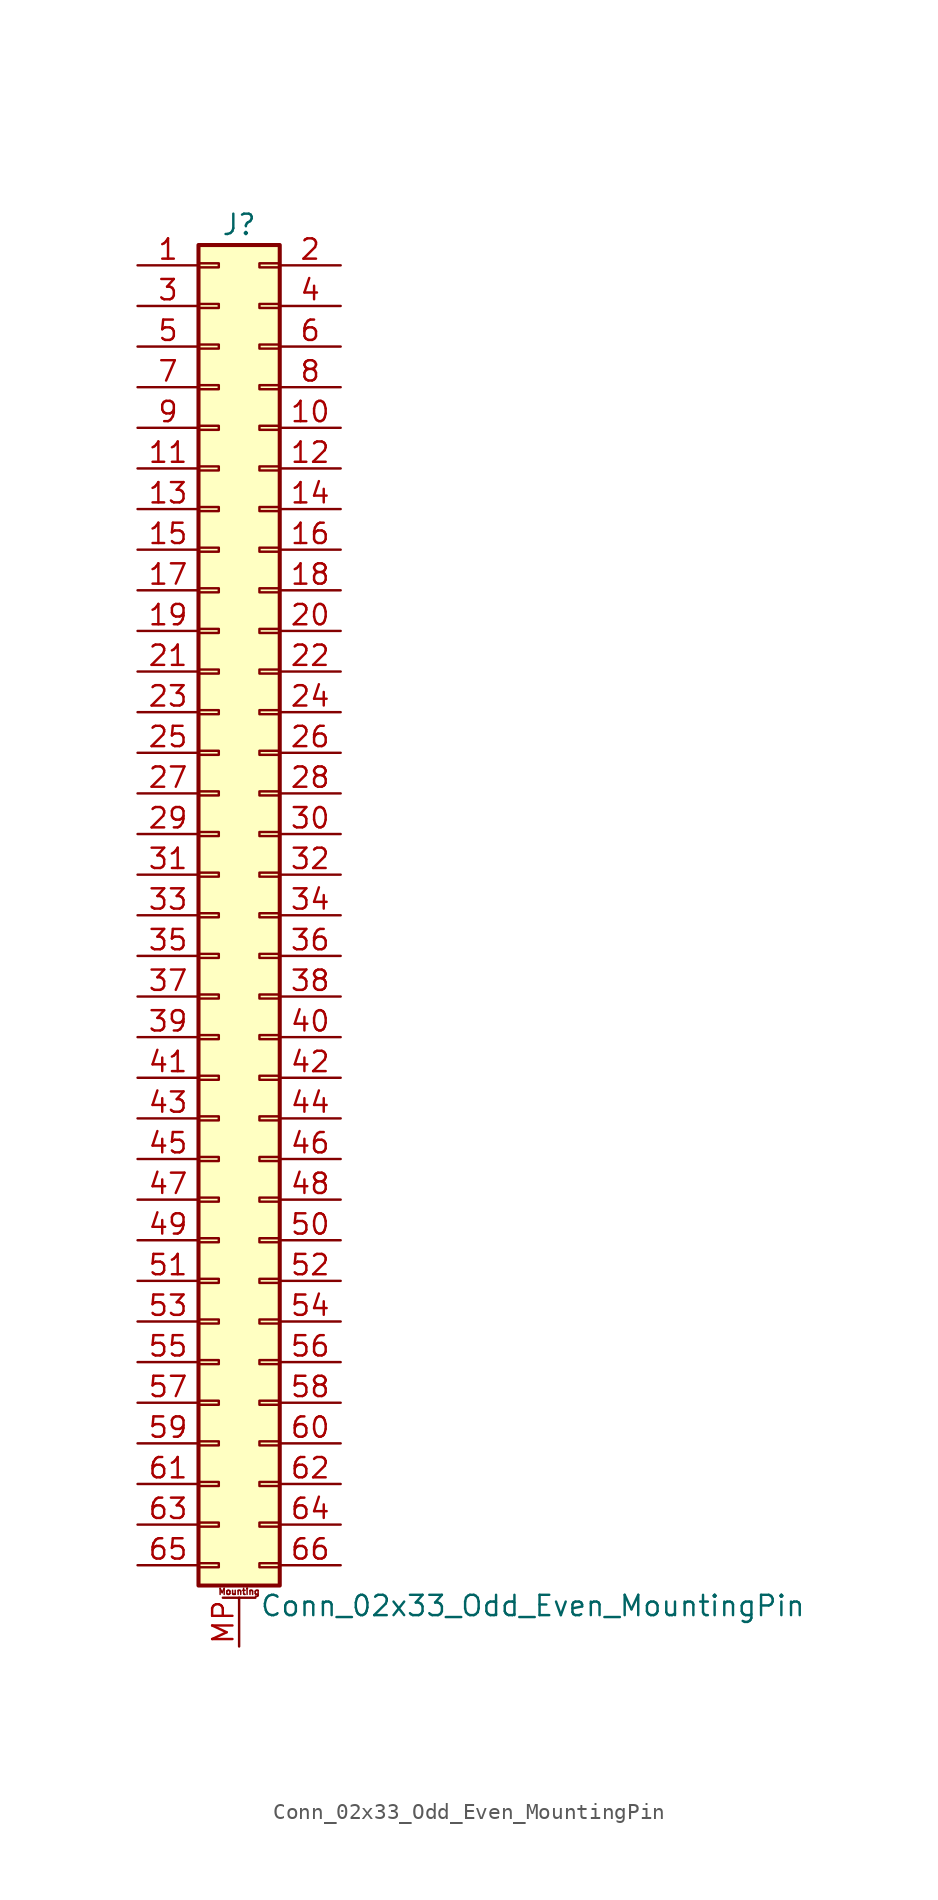
<source format=kicad_sym>
(kicad_symbol_lib
  (version 20201005)
  (generator kicad_symbol_editor)
  (symbol "Conn_02x33_Odd_Even_MountingPin"
    (pin_names
      (offset 1.016) hide)
    (property "Reference" "J"
      (at 1.27 43.18 0)
      (effects (font (size 1.27 1.27))))
    (property "Value" "Conn_02x33_Odd_Even_MountingPin"
      (at 2.54 -43.18 0)
      (effects (font (size 1.27 1.27)) (justify left)))
    (symbol "Conn_02x33_Odd_Even_MountingPin_1_1"
      (text "Mounting" (at 1.27 -42.291 0) (effects (font (size 0.381 0.381))))
      (rectangle (start -1.27 -40.513) (end 0 -40.767) (stroke (width 0.152)) (fill (type none)))
      (rectangle (start -1.27 -37.973) (end 0 -38.227) (stroke (width 0.152)) (fill (type none)))
      (rectangle (start -1.27 -35.433) (end 0 -35.687) (stroke (width 0.152)) (fill (type none)))
      (rectangle (start -1.27 -32.893) (end 0 -33.147) (stroke (width 0.152)) (fill (type none)))
      (rectangle (start -1.27 -30.353) (end 0 -30.607) (stroke (width 0.152)) (fill (type none)))
      (rectangle (start -1.27 -27.813) (end 0 -28.067) (stroke (width 0.152)) (fill (type none)))
      (rectangle (start -1.27 -25.273) (end 0 -25.527) (stroke (width 0.152)) (fill (type none)))
      (rectangle (start -1.27 -22.733) (end 0 -22.987) (stroke (width 0.152)) (fill (type none)))
      (rectangle (start -1.27 -20.193) (end 0 -20.447) (stroke (width 0.152)) (fill (type none)))
      (rectangle (start -1.27 -17.653) (end 0 -17.907) (stroke (width 0.152)) (fill (type none)))
      (rectangle (start -1.27 -15.113) (end 0 -15.367) (stroke (width 0.152)) (fill (type none)))
      (rectangle (start -1.27 -12.573) (end 0 -12.827) (stroke (width 0.152)) (fill (type none)))
      (rectangle (start -1.27 -10.033) (end 0 -10.287) (stroke (width 0.152)) (fill (type none)))
      (rectangle (start -1.27 -7.493) (end 0 -7.747) (stroke (width 0.152)) (fill (type none)))
      (rectangle (start -1.27 -4.953) (end 0 -5.207) (stroke (width 0.152)) (fill (type none)))
      (rectangle (start -1.27 -2.413) (end 0 -2.667) (stroke (width 0.152)) (fill (type none)))
      (rectangle (start -1.27 0.127) (end 0 -0.127) (stroke (width 0.152)) (fill (type none)))
      (rectangle (start -1.27 2.667) (end 0 2.413) (stroke (width 0.152)) (fill (type none)))
      (rectangle (start -1.27 5.207) (end 0 4.953) (stroke (width 0.152)) (fill (type none)))
      (rectangle (start -1.27 7.747) (end 0 7.493) (stroke (width 0.152)) (fill (type none)))
      (rectangle (start -1.27 10.287) (end 0 10.033) (stroke (width 0.152)) (fill (type none)))
      (rectangle (start -1.27 12.827) (end 0 12.573) (stroke (width 0.152)) (fill (type none)))
      (rectangle (start -1.27 15.367) (end 0 15.113) (stroke (width 0.152)) (fill (type none)))
      (rectangle (start -1.27 17.907) (end 0 17.653) (stroke (width 0.152)) (fill (type none)))
      (rectangle (start -1.27 20.447) (end 0 20.193) (stroke (width 0.152)) (fill (type none)))
      (rectangle (start -1.27 22.987) (end 0 22.733) (stroke (width 0.152)) (fill (type none)))
      (rectangle (start -1.27 25.527) (end 0 25.273) (stroke (width 0.152)) (fill (type none)))
      (rectangle (start -1.27 28.067) (end 0 27.813) (stroke (width 0.152)) (fill (type none)))
      (rectangle (start -1.27 30.607) (end 0 30.353) (stroke (width 0.152)) (fill (type none)))
      (rectangle (start -1.27 33.147) (end 0 32.893) (stroke (width 0.152)) (fill (type none)))
      (rectangle (start -1.27 35.687) (end 0 35.433) (stroke (width 0.152)) (fill (type none)))
      (rectangle (start -1.27 38.227) (end 0 37.973) (stroke (width 0.152)) (fill (type none)))
      (rectangle (start -1.27 40.767) (end 0 40.513) (stroke (width 0.152)) (fill (type none)))
      (rectangle (start 3.81 -40.513) (end 2.54 -40.767) (stroke (width 0.152)) (fill (type none)))
      (rectangle (start 3.81 -37.973) (end 2.54 -38.227) (stroke (width 0.152)) (fill (type none)))
      (rectangle (start 3.81 -35.433) (end 2.54 -35.687) (stroke (width 0.152)) (fill (type none)))
      (rectangle (start 3.81 -32.893) (end 2.54 -33.147) (stroke (width 0.152)) (fill (type none)))
      (rectangle (start 3.81 -30.353) (end 2.54 -30.607) (stroke (width 0.152)) (fill (type none)))
      (rectangle (start 3.81 -27.813) (end 2.54 -28.067) (stroke (width 0.152)) (fill (type none)))
      (rectangle (start 3.81 -25.273) (end 2.54 -25.527) (stroke (width 0.152)) (fill (type none)))
      (rectangle (start 3.81 -22.733) (end 2.54 -22.987) (stroke (width 0.152)) (fill (type none)))
      (rectangle (start 3.81 -20.193) (end 2.54 -20.447) (stroke (width 0.152)) (fill (type none)))
      (rectangle (start 3.81 -17.653) (end 2.54 -17.907) (stroke (width 0.152)) (fill (type none)))
      (rectangle (start 3.81 -15.113) (end 2.54 -15.367) (stroke (width 0.152)) (fill (type none)))
      (rectangle (start 3.81 -12.573) (end 2.54 -12.827) (stroke (width 0.152)) (fill (type none)))
      (rectangle (start 3.81 -10.033) (end 2.54 -10.287) (stroke (width 0.152)) (fill (type none)))
      (rectangle (start 3.81 -7.493) (end 2.54 -7.747) (stroke (width 0.152)) (fill (type none)))
      (rectangle (start 3.81 -4.953) (end 2.54 -5.207) (stroke (width 0.152)) (fill (type none)))
      (rectangle (start 3.81 -2.413) (end 2.54 -2.667) (stroke (width 0.152)) (fill (type none)))
      (rectangle (start 3.81 0.127) (end 2.54 -0.127) (stroke (width 0.152)) (fill (type none)))
      (rectangle (start 3.81 2.667) (end 2.54 2.413) (stroke (width 0.152)) (fill (type none)))
      (rectangle (start 3.81 5.207) (end 2.54 4.953) (stroke (width 0.152)) (fill (type none)))
      (rectangle (start 3.81 7.747) (end 2.54 7.493) (stroke (width 0.152)) (fill (type none)))
      (rectangle (start 3.81 10.287) (end 2.54 10.033) (stroke (width 0.152)) (fill (type none)))
      (rectangle (start 3.81 12.827) (end 2.54 12.573) (stroke (width 0.152)) (fill (type none)))
      (rectangle (start 3.81 15.367) (end 2.54 15.113) (stroke (width 0.152)) (fill (type none)))
      (rectangle (start 3.81 17.907) (end 2.54 17.653) (stroke (width 0.152)) (fill (type none)))
      (rectangle (start 3.81 20.447) (end 2.54 20.193) (stroke (width 0.152)) (fill (type none)))
      (rectangle (start 3.81 22.987) (end 2.54 22.733) (stroke (width 0.152)) (fill (type none)))
      (rectangle (start 3.81 25.527) (end 2.54 25.273) (stroke (width 0.152)) (fill (type none)))
      (rectangle (start 3.81 28.067) (end 2.54 27.813) (stroke (width 0.152)) (fill (type none)))
      (rectangle (start 3.81 30.607) (end 2.54 30.353) (stroke (width 0.152)) (fill (type none)))
      (rectangle (start 3.81 33.147) (end 2.54 32.893) (stroke (width 0.152)) (fill (type none)))
      (rectangle (start 3.81 35.687) (end 2.54 35.433) (stroke (width 0.152)) (fill (type none)))
      (rectangle (start 3.81 38.227) (end 2.54 37.973) (stroke (width 0.152)) (fill (type none)))
      (rectangle (start 3.81 40.767) (end 2.54 40.513) (stroke (width 0.152)) (fill (type none)))
      (rectangle (start -1.27 41.91) (end 3.81 -41.91) (stroke (width 0.254)) (fill (type background)))
      (polyline (pts (xy 0.254 -42.672) (xy 2.286 -42.672)) (stroke (width 0.152)) (fill (type none)))
      (pin passive line (at -5.08 40.64 0) (length 3.81) (name "Pin_1" (effects (font (size 1.27 1.27)))) (number "1" (effects (font (size 1.27 1.27)))))
      (pin passive line (at 7.62 30.48 180) (length 3.81) (name "Pin_10" (effects (font (size 1.27 1.27)))) (number "10" (effects (font (size 1.27 1.27)))))
      (pin passive line (at -5.08 27.94 0) (length 3.81) (name "Pin_11" (effects (font (size 1.27 1.27)))) (number "11" (effects (font (size 1.27 1.27)))))
      (pin passive line (at 7.62 27.94 180) (length 3.81) (name "Pin_12" (effects (font (size 1.27 1.27)))) (number "12" (effects (font (size 1.27 1.27)))))
      (pin passive line (at -5.08 25.4 0) (length 3.81) (name "Pin_13" (effects (font (size 1.27 1.27)))) (number "13" (effects (font (size 1.27 1.27)))))
      (pin passive line (at 7.62 25.4 180) (length 3.81) (name "Pin_14" (effects (font (size 1.27 1.27)))) (number "14" (effects (font (size 1.27 1.27)))))
      (pin passive line (at -5.08 22.86 0) (length 3.81) (name "Pin_15" (effects (font (size 1.27 1.27)))) (number "15" (effects (font (size 1.27 1.27)))))
      (pin passive line (at 7.62 22.86 180) (length 3.81) (name "Pin_16" (effects (font (size 1.27 1.27)))) (number "16" (effects (font (size 1.27 1.27)))))
      (pin passive line (at -5.08 20.32 0) (length 3.81) (name "Pin_17" (effects (font (size 1.27 1.27)))) (number "17" (effects (font (size 1.27 1.27)))))
      (pin passive line (at 7.62 20.32 180) (length 3.81) (name "Pin_18" (effects (font (size 1.27 1.27)))) (number "18" (effects (font (size 1.27 1.27)))))
      (pin passive line (at -5.08 17.78 0) (length 3.81) (name "Pin_19" (effects (font (size 1.27 1.27)))) (number "19" (effects (font (size 1.27 1.27)))))
      (pin passive line (at 7.62 40.64 180) (length 3.81) (name "Pin_2" (effects (font (size 1.27 1.27)))) (number "2" (effects (font (size 1.27 1.27)))))
      (pin passive line (at 7.62 17.78 180) (length 3.81) (name "Pin_20" (effects (font (size 1.27 1.27)))) (number "20" (effects (font (size 1.27 1.27)))))
      (pin passive line (at -5.08 15.24 0) (length 3.81) (name "Pin_21" (effects (font (size 1.27 1.27)))) (number "21" (effects (font (size 1.27 1.27)))))
      (pin passive line (at 7.62 15.24 180) (length 3.81) (name "Pin_22" (effects (font (size 1.27 1.27)))) (number "22" (effects (font (size 1.27 1.27)))))
      (pin passive line (at -5.08 12.7 0) (length 3.81) (name "Pin_23" (effects (font (size 1.27 1.27)))) (number "23" (effects (font (size 1.27 1.27)))))
      (pin passive line (at 7.62 12.7 180) (length 3.81) (name "Pin_24" (effects (font (size 1.27 1.27)))) (number "24" (effects (font (size 1.27 1.27)))))
      (pin passive line (at -5.08 10.16 0) (length 3.81) (name "Pin_25" (effects (font (size 1.27 1.27)))) (number "25" (effects (font (size 1.27 1.27)))))
      (pin passive line (at 7.62 10.16 180) (length 3.81) (name "Pin_26" (effects (font (size 1.27 1.27)))) (number "26" (effects (font (size 1.27 1.27)))))
      (pin passive line (at -5.08 7.62 0) (length 3.81) (name "Pin_27" (effects (font (size 1.27 1.27)))) (number "27" (effects (font (size 1.27 1.27)))))
      (pin passive line (at 7.62 7.62 180) (length 3.81) (name "Pin_28" (effects (font (size 1.27 1.27)))) (number "28" (effects (font (size 1.27 1.27)))))
      (pin passive line (at -5.08 5.08 0) (length 3.81) (name "Pin_29" (effects (font (size 1.27 1.27)))) (number "29" (effects (font (size 1.27 1.27)))))
      (pin passive line (at -5.08 38.1 0) (length 3.81) (name "Pin_3" (effects (font (size 1.27 1.27)))) (number "3" (effects (font (size 1.27 1.27)))))
      (pin passive line (at 7.62 5.08 180) (length 3.81) (name "Pin_30" (effects (font (size 1.27 1.27)))) (number "30" (effects (font (size 1.27 1.27)))))
      (pin passive line (at -5.08 2.54 0) (length 3.81) (name "Pin_31" (effects (font (size 1.27 1.27)))) (number "31" (effects (font (size 1.27 1.27)))))
      (pin passive line (at 7.62 2.54 180) (length 3.81) (name "Pin_32" (effects (font (size 1.27 1.27)))) (number "32" (effects (font (size 1.27 1.27)))))
      (pin passive line (at -5.08 0 0) (length 3.81) (name "Pin_33" (effects (font (size 1.27 1.27)))) (number "33" (effects (font (size 1.27 1.27)))))
      (pin passive line (at 7.62 0 180) (length 3.81) (name "Pin_34" (effects (font (size 1.27 1.27)))) (number "34" (effects (font (size 1.27 1.27)))))
      (pin passive line (at -5.08 -2.54 0) (length 3.81) (name "Pin_35" (effects (font (size 1.27 1.27)))) (number "35" (effects (font (size 1.27 1.27)))))
      (pin passive line (at 7.62 -2.54 180) (length 3.81) (name "Pin_36" (effects (font (size 1.27 1.27)))) (number "36" (effects (font (size 1.27 1.27)))))
      (pin passive line (at -5.08 -5.08 0) (length 3.81) (name "Pin_37" (effects (font (size 1.27 1.27)))) (number "37" (effects (font (size 1.27 1.27)))))
      (pin passive line (at 7.62 -5.08 180) (length 3.81) (name "Pin_38" (effects (font (size 1.27 1.27)))) (number "38" (effects (font (size 1.27 1.27)))))
      (pin passive line (at -5.08 -7.62 0) (length 3.81) (name "Pin_39" (effects (font (size 1.27 1.27)))) (number "39" (effects (font (size 1.27 1.27)))))
      (pin passive line (at 7.62 38.1 180) (length 3.81) (name "Pin_4" (effects (font (size 1.27 1.27)))) (number "4" (effects (font (size 1.27 1.27)))))
      (pin passive line (at 7.62 -7.62 180) (length 3.81) (name "Pin_40" (effects (font (size 1.27 1.27)))) (number "40" (effects (font (size 1.27 1.27)))))
      (pin passive line (at -5.08 -10.16 0) (length 3.81) (name "Pin_41" (effects (font (size 1.27 1.27)))) (number "41" (effects (font (size 1.27 1.27)))))
      (pin passive line (at 7.62 -10.16 180) (length 3.81) (name "Pin_42" (effects (font (size 1.27 1.27)))) (number "42" (effects (font (size 1.27 1.27)))))
      (pin passive line (at -5.08 -12.7 0) (length 3.81) (name "Pin_43" (effects (font (size 1.27 1.27)))) (number "43" (effects (font (size 1.27 1.27)))))
      (pin passive line (at 7.62 -12.7 180) (length 3.81) (name "Pin_44" (effects (font (size 1.27 1.27)))) (number "44" (effects (font (size 1.27 1.27)))))
      (pin passive line (at -5.08 -15.24 0) (length 3.81) (name "Pin_45" (effects (font (size 1.27 1.27)))) (number "45" (effects (font (size 1.27 1.27)))))
      (pin passive line (at 7.62 -15.24 180) (length 3.81) (name "Pin_46" (effects (font (size 1.27 1.27)))) (number "46" (effects (font (size 1.27 1.27)))))
      (pin passive line (at -5.08 -17.78 0) (length 3.81) (name "Pin_47" (effects (font (size 1.27 1.27)))) (number "47" (effects (font (size 1.27 1.27)))))
      (pin passive line (at 7.62 -17.78 180) (length 3.81) (name "Pin_48" (effects (font (size 1.27 1.27)))) (number "48" (effects (font (size 1.27 1.27)))))
      (pin passive line (at -5.08 -20.32 0) (length 3.81) (name "Pin_49" (effects (font (size 1.27 1.27)))) (number "49" (effects (font (size 1.27 1.27)))))
      (pin passive line (at -5.08 35.56 0) (length 3.81) (name "Pin_5" (effects (font (size 1.27 1.27)))) (number "5" (effects (font (size 1.27 1.27)))))
      (pin passive line (at 7.62 -20.32 180) (length 3.81) (name "Pin_50" (effects (font (size 1.27 1.27)))) (number "50" (effects (font (size 1.27 1.27)))))
      (pin passive line (at -5.08 -22.86 0) (length 3.81) (name "Pin_51" (effects (font (size 1.27 1.27)))) (number "51" (effects (font (size 1.27 1.27)))))
      (pin passive line (at 7.62 -22.86 180) (length 3.81) (name "Pin_52" (effects (font (size 1.27 1.27)))) (number "52" (effects (font (size 1.27 1.27)))))
      (pin passive line (at -5.08 -25.4 0) (length 3.81) (name "Pin_53" (effects (font (size 1.27 1.27)))) (number "53" (effects (font (size 1.27 1.27)))))
      (pin passive line (at 7.62 -25.4 180) (length 3.81) (name "Pin_54" (effects (font (size 1.27 1.27)))) (number "54" (effects (font (size 1.27 1.27)))))
      (pin passive line (at -5.08 -27.94 0) (length 3.81) (name "Pin_55" (effects (font (size 1.27 1.27)))) (number "55" (effects (font (size 1.27 1.27)))))
      (pin passive line (at 7.62 -27.94 180) (length 3.81) (name "Pin_56" (effects (font (size 1.27 1.27)))) (number "56" (effects (font (size 1.27 1.27)))))
      (pin passive line (at -5.08 -30.48 0) (length 3.81) (name "Pin_57" (effects (font (size 1.27 1.27)))) (number "57" (effects (font (size 1.27 1.27)))))
      (pin passive line (at 7.62 -30.48 180) (length 3.81) (name "Pin_58" (effects (font (size 1.27 1.27)))) (number "58" (effects (font (size 1.27 1.27)))))
      (pin passive line (at -5.08 -33.02 0) (length 3.81) (name "Pin_59" (effects (font (size 1.27 1.27)))) (number "59" (effects (font (size 1.27 1.27)))))
      (pin passive line (at 7.62 35.56 180) (length 3.81) (name "Pin_6" (effects (font (size 1.27 1.27)))) (number "6" (effects (font (size 1.27 1.27)))))
      (pin passive line (at 7.62 -33.02 180) (length 3.81) (name "Pin_60" (effects (font (size 1.27 1.27)))) (number "60" (effects (font (size 1.27 1.27)))))
      (pin passive line (at -5.08 -35.56 0) (length 3.81) (name "Pin_61" (effects (font (size 1.27 1.27)))) (number "61" (effects (font (size 1.27 1.27)))))
      (pin passive line (at 7.62 -35.56 180) (length 3.81) (name "Pin_62" (effects (font (size 1.27 1.27)))) (number "62" (effects (font (size 1.27 1.27)))))
      (pin passive line (at -5.08 -38.1 0) (length 3.81) (name "Pin_63" (effects (font (size 1.27 1.27)))) (number "63" (effects (font (size 1.27 1.27)))))
      (pin passive line (at 7.62 -38.1 180) (length 3.81) (name "Pin_64" (effects (font (size 1.27 1.27)))) (number "64" (effects (font (size 1.27 1.27)))))
      (pin passive line (at -5.08 -40.64 0) (length 3.81) (name "Pin_65" (effects (font (size 1.27 1.27)))) (number "65" (effects (font (size 1.27 1.27)))))
      (pin passive line (at 7.62 -40.64 180) (length 3.81) (name "Pin_66" (effects (font (size 1.27 1.27)))) (number "66" (effects (font (size 1.27 1.27)))))
      (pin passive line (at -5.08 33.02 0) (length 3.81) (name "Pin_7" (effects (font (size 1.27 1.27)))) (number "7" (effects (font (size 1.27 1.27)))))
      (pin passive line (at 7.62 33.02 180) (length 3.81) (name "Pin_8" (effects (font (size 1.27 1.27)))) (number "8" (effects (font (size 1.27 1.27)))))
      (pin passive line (at -5.08 30.48 0) (length 3.81) (name "Pin_9" (effects (font (size 1.27 1.27)))) (number "9" (effects (font (size 1.27 1.27)))))
      (pin passive line (at 1.27 -45.72 90) (length 3.048) (name "MountPin" (effects (font (size 1.27 1.27)))) (number "MP" (effects (font (size 1.27 1.27))))))))
</source>
